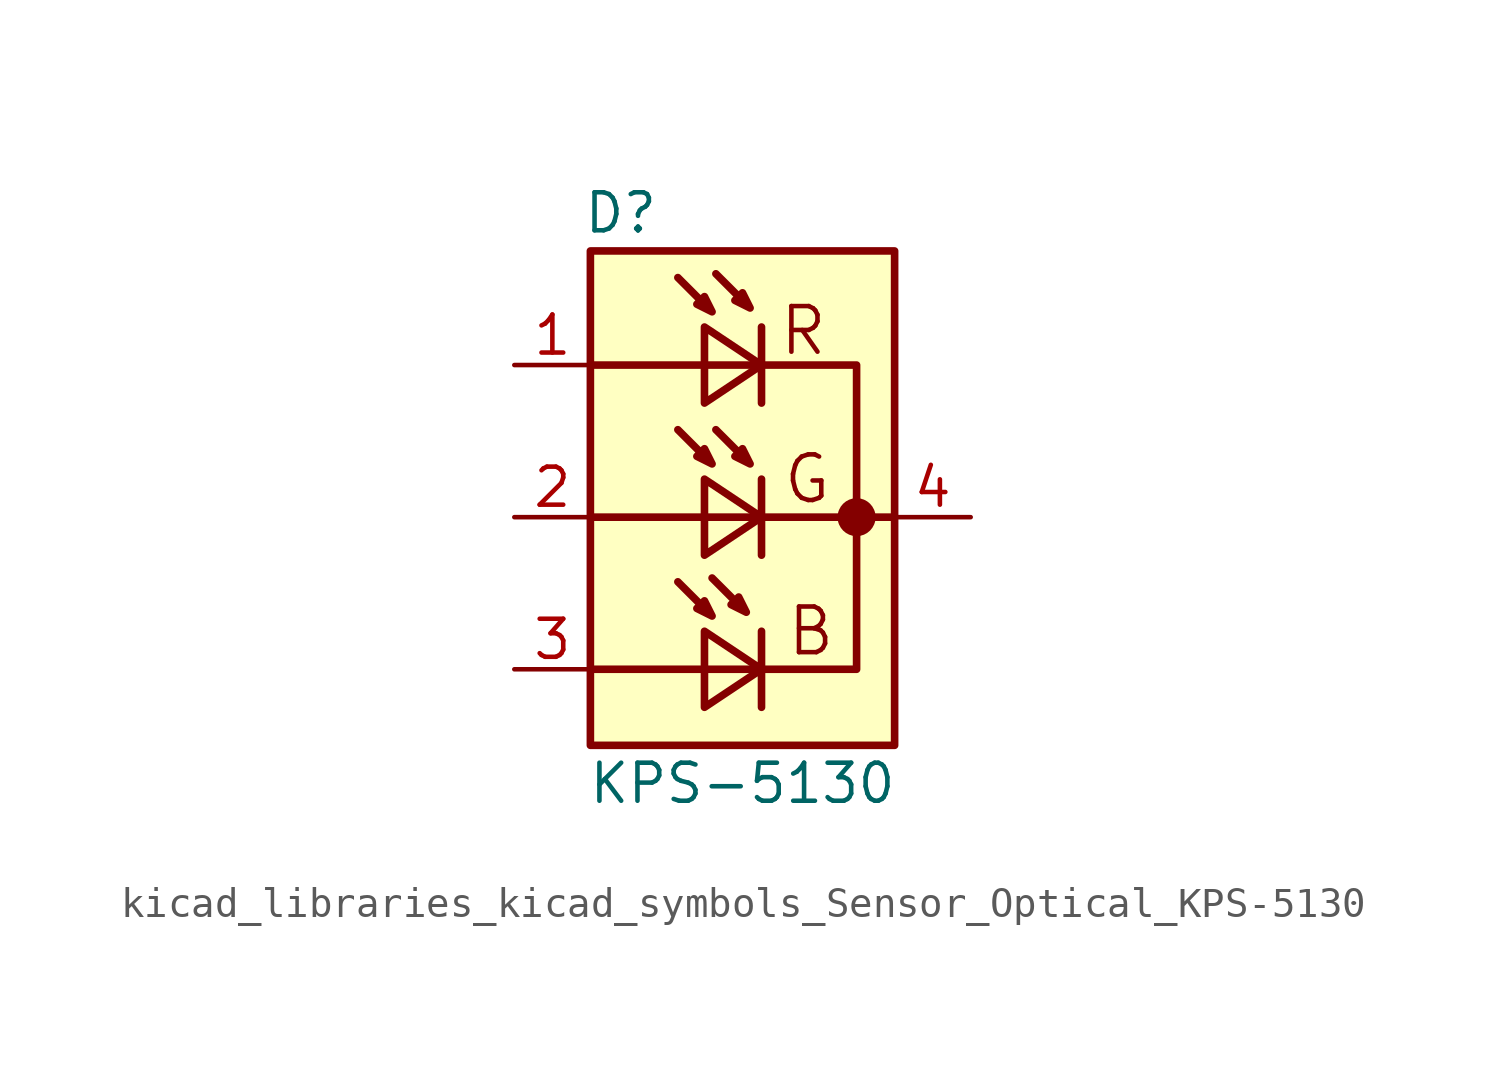
<source format=kicad_sym>
(kicad_symbol_lib
  (version 20220914)
  (generator kicad_symbol_editor)
  (symbol "kicad_libraries_kicad_symbols_Sensor_Optical_KPS-5130"
    (pin_names hide)
    (property "Reference" "D"
      (at -4.064 10.16 0)
      (effects (font (size 1.27 1.27))))
    (property "Value" "KPS-5130"
      (at 0 -8.89 0)
      (effects (font (size 1.27 1.27))))
    (symbol "kicad_libraries_kicad_symbols_Sensor_Optical_KPS-5130_0_0"
      (text "B" (at 2.286 -3.81 0) (effects (font (size 1.524 1.524))))
      (text "G" (at 2.159 1.27 0) (effects (font (size 1.524 1.524))))
      (text "R" (at 2.032 6.223 0) (effects (font (size 1.524 1.524)))))
    (symbol "kicad_libraries_kicad_symbols_Sensor_Optical_KPS-5130_0_1"
      (polyline (pts (xy 5.08 0) (xy -5.08 0)) (stroke (width 0.254) (type default)) (fill (type none)))
      (polyline (pts (xy -5.08 5.08) (xy 3.81 5.08) (xy 3.81 -5.08) (xy -5.08 -5.08)) (stroke (width 0.254) (type default)) (fill (type none)))
      (polyline (pts (xy -2.159 -2.159) (xy -1.016 -3.302) (xy -1.27 -2.794) (xy -1.524 -3.048) (xy -1.016 -3.302)) (stroke (width 0.254) (type default)) (fill (type none)))
      (polyline (pts (xy -2.159 2.921) (xy -1.016 1.778) (xy -1.27 2.286) (xy -1.524 2.032) (xy -1.016 1.778)) (stroke (width 0.254) (type default)) (fill (type none)))
      (polyline (pts (xy -2.159 8.001) (xy -1.016 6.858) (xy -1.27 7.366) (xy -1.524 7.112) (xy -1.016 6.858)) (stroke (width 0.254) (type default)) (fill (type none)))
      (polyline (pts (xy -1.016 -2.032) (xy 0.127 -3.175) (xy -0.127 -2.667) (xy -0.381 -2.921) (xy 0.127 -3.175)) (stroke (width 0.254) (type default)) (fill (type none)))
      (polyline (pts (xy -0.889 2.921) (xy 0.254 1.778) (xy 0 2.286) (xy -0.254 2.032) (xy 0.254 1.778)) (stroke (width 0.254) (type default)) (fill (type none)))
      (polyline (pts (xy -0.889 8.128) (xy 0.254 6.985) (xy 0 7.493) (xy -0.254 7.239) (xy 0.254 6.985)) (stroke (width 0.254) (type default)) (fill (type none)))
      (polyline (pts (xy 0.635 -3.81) (xy 0.635 -6.35) (xy 0.635 -5.08) (xy -1.27 -3.81) (xy -1.27 -6.35) (xy 0.635 -5.08)) (stroke (width 0.254) (type default)) (fill (type none)))
      (polyline (pts (xy 0.635 1.27) (xy 0.635 -1.27) (xy 0.635 0) (xy -1.27 1.27) (xy -1.27 -1.27) (xy 0.635 0)) (stroke (width 0.254) (type default)) (fill (type none)))
      (polyline (pts (xy 0.635 6.35) (xy 0.635 3.81) (xy 0.635 5.08) (xy -1.27 6.35) (xy -1.27 3.81) (xy 0.635 5.08)) (stroke (width 0.254) (type default)) (fill (type none)))
      (circle (center 3.81 0) (radius 0.508) (stroke (width 0.254) (type default)) (fill (type outline))))
    (symbol "kicad_libraries_kicad_symbols_Sensor_Optical_KPS-5130_1_1"
      (rectangle (start 5.08 8.89) (end -5.08 -7.62) (stroke (width 0.254) (type default)) (fill (type background)))
      (pin passive line (at -7.62 5.08 0) (length 2.54) (name "AR" (effects (font (size 1.27 1.27)))) (number "1" (effects (font (size 1.27 1.27)))))
      (pin passive line (at -7.62 0 0) (length 2.54) (name "AG" (effects (font (size 1.27 1.27)))) (number "2" (effects (font (size 1.27 1.27)))))
      (pin passive line (at -7.62 -5.08 0) (length 2.54) (name "AB" (effects (font (size 1.27 1.27)))) (number "3" (effects (font (size 1.27 1.27)))))
      (pin passive line (at 7.62 0 180) (length 2.54) (name "C" (effects (font (size 1.27 1.27)))) (number "4" (effects (font (size 1.27 1.27))))))))
</source>
